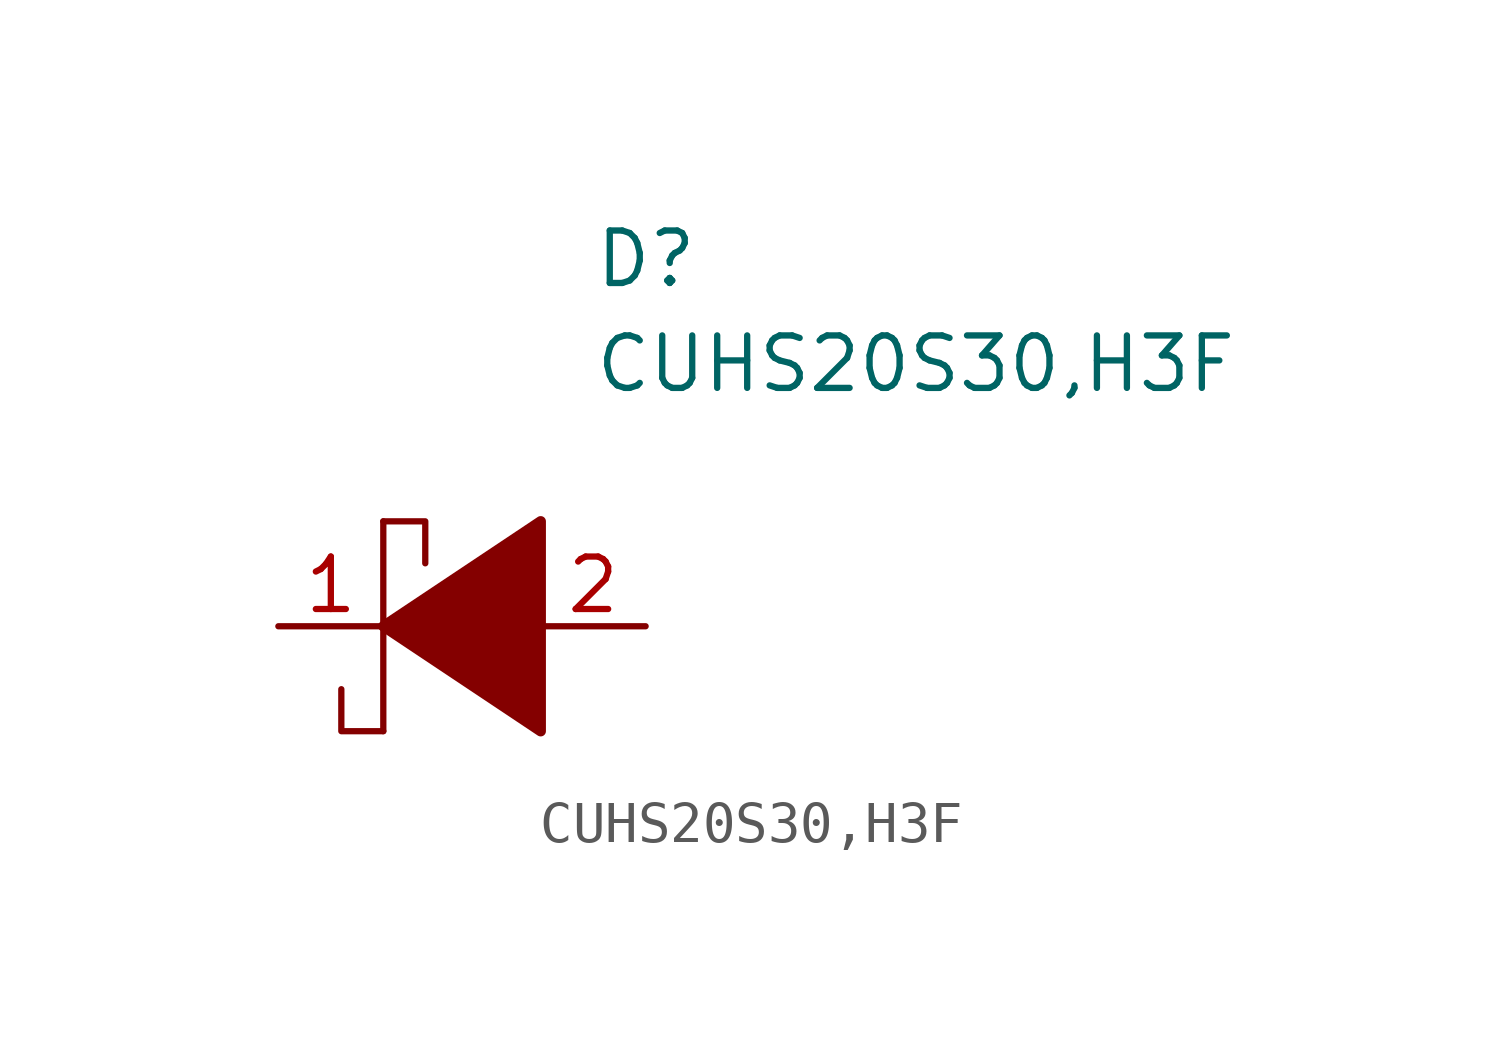
<source format=kicad_sym>
(kicad_symbol_lib
  (version 20211014)
  (generator kicad_symbol_editor)
  (symbol "CUHS20S30,H3F"
    (pin_names
      (offset 0.762))
    (property "Reference" "D"
      (at 7.62 8.89 0)
      (effects (font (size 1.27 1.27)) (justify left)))
    (property "Value" "CUHS20S30,H3F"
      (at 7.62 6.35 0)
      (effects (font (size 1.27 1.27)) (justify left)))
    (symbol "CUHS20S30,H3F_0_0"
      (pin passive line (at 0 0 0) (length 2.54) (name "~" (effects (font (size 1.27 1.27)))) (number "1" (effects (font (size 1.27 1.27)))))
      (pin passive line (at 8.89 0 180) (length 2.54) (name "~" (effects (font (size 1.27 1.27)))) (number "2" (effects (font (size 1.27 1.27))))))
    (symbol "CUHS20S30,H3F_0_1"
      (polyline (pts (xy 2.54 2.54) (xy 2.54 -2.54)) (stroke (width 0.152) (type default) (color 0 0 0 0)) (fill (type none)))
      (polyline (pts (xy 2.54 -2.54) (xy 1.524 -2.54) (xy 1.524 -1.524)) (stroke (width 0.152) (type default) (color 0 0 0 0)) (fill (type none)))
      (polyline (pts (xy 2.54 2.54) (xy 3.556 2.54) (xy 3.556 1.524)) (stroke (width 0.152) (type default) (color 0 0 0 0)) (fill (type none)))
      (polyline (pts (xy 2.54 0) (xy 6.35 2.54) (xy 6.35 -2.54) (xy 2.54 0)) (stroke (width 0.254) (type default) (color 0 0 0 0)) (fill (type outline))))))
</source>
